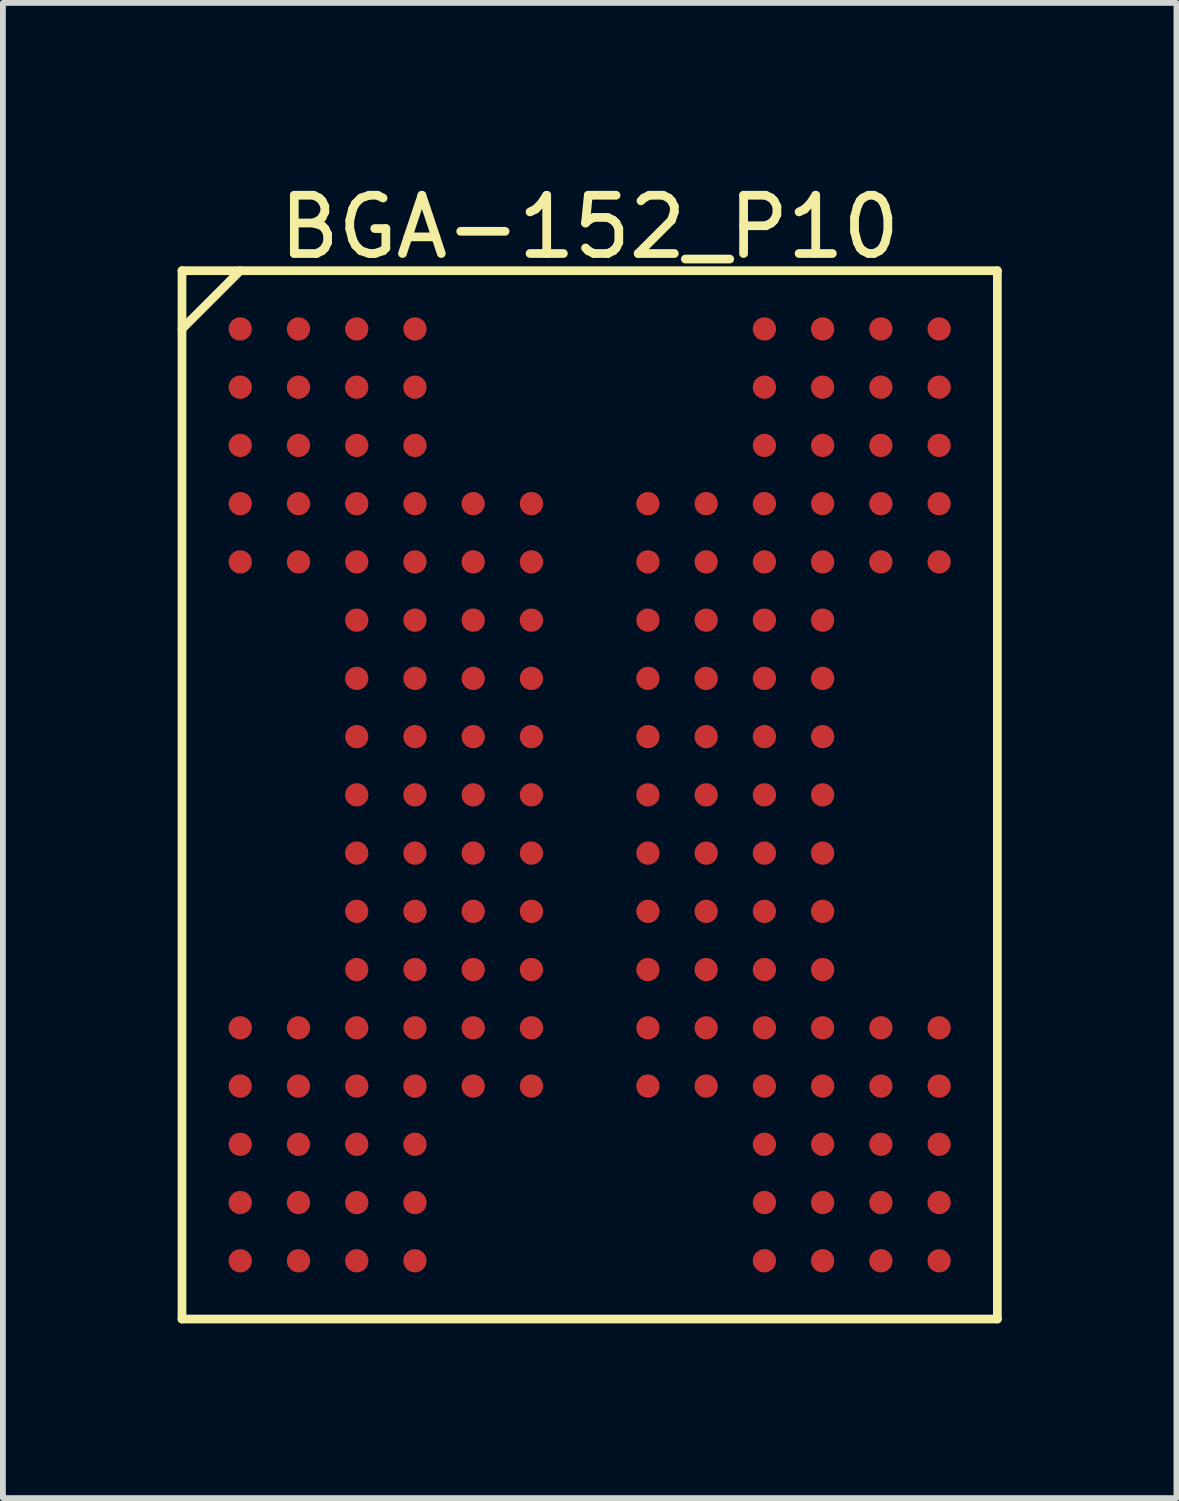
<source format=kicad_pcb>
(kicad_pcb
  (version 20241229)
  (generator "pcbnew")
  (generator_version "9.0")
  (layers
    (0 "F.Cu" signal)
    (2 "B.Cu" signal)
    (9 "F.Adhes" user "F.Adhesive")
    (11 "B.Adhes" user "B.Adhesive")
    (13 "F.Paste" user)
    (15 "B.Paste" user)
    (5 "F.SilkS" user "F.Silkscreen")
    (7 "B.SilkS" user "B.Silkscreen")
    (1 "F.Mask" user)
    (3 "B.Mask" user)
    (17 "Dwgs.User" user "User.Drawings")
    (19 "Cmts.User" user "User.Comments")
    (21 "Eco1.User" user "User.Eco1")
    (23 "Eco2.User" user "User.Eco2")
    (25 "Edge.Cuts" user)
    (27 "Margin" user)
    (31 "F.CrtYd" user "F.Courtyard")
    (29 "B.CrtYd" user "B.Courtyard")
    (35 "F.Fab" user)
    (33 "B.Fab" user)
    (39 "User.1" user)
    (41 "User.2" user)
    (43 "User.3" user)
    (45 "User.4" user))
  (footprint "BGA-152_P10"
    (layer "F.Cu")
    (at 7.075 10.598)
    (property "Reference" "BGA-152_P10" (at 0 -9.75 0) (layer "F.SilkS") (effects (font (size 1 1) (thickness 0.15))))
    (attr smd)
    (fp_line (start -7 -9) (end -7 9) (stroke (width 0.15) (type solid)) (layer "F.SilkS"))
    (fp_line (start -7 9) (end 7 9) (stroke (width 0.15) (type solid)) (layer "F.SilkS"))
    (fp_line (start -6 -9) (end -7 -8) (stroke (width 0.15) (type solid)) (layer "F.SilkS"))
    (fp_line (start 7 -9) (end -7 -9) (stroke (width 0.15) (type solid)) (layer "F.SilkS"))
    (fp_line (start 7 9) (end 7 -9) (stroke (width 0.15) (type solid)) (layer "F.SilkS"))
    (pad "A1" smd circle (at -6 -8) (size 0.4 0.4) (layers "F.Cu" "F.Mask" "F.Paste"))
    (pad "A2" smd circle (at -5 -8) (size 0.4 0.4) (layers "F.Cu" "F.Mask" "F.Paste"))
    (pad "A3" smd circle (at -4 -8) (size 0.4 0.4) (layers "F.Cu" "F.Mask" "F.Paste"))
    (pad "A4" smd circle (at -3 -8) (size 0.4 0.4) (layers "F.Cu" "F.Mask" "F.Paste"))
    (pad "A10" smd circle (at 3 -8) (size 0.4 0.4) (layers "F.Cu" "F.Mask" "F.Paste"))
    (pad "A11" smd circle (at 4 -8) (size 0.4 0.4) (layers "F.Cu" "F.Mask" "F.Paste"))
    (pad "A12" smd circle (at 5 -8) (size 0.4 0.4) (layers "F.Cu" "F.Mask" "F.Paste"))
    (pad "A13" smd circle (at 6 -8) (size 0.4 0.4) (layers "F.Cu" "F.Mask" "F.Paste"))
    (pad "B1" smd circle (at -6 -7) (size 0.4 0.4) (layers "F.Cu" "F.Mask" "F.Paste"))
    (pad "B2" smd circle (at -5 -7) (size 0.4 0.4) (layers "F.Cu" "F.Mask" "F.Paste"))
    (pad "B3" smd circle (at -4 -7) (size 0.4 0.4) (layers "F.Cu" "F.Mask" "F.Paste"))
    (pad "B4" smd circle (at -3 -7) (size 0.4 0.4) (layers "F.Cu" "F.Mask" "F.Paste"))
    (pad "B10" smd circle (at 3 -7) (size 0.4 0.4) (layers "F.Cu" "F.Mask" "F.Paste"))
    (pad "B11" smd circle (at 4 -7) (size 0.4 0.4) (layers "F.Cu" "F.Mask" "F.Paste"))
    (pad "B12" smd circle (at 5 -7) (size 0.4 0.4) (layers "F.Cu" "F.Mask" "F.Paste"))
    (pad "B13" smd circle (at 6 -7) (size 0.4 0.4) (layers "F.Cu" "F.Mask" "F.Paste"))
    (pad "C1" smd circle (at -6 -6) (size 0.4 0.4) (layers "F.Cu" "F.Mask" "F.Paste"))
    (pad "C2" smd circle (at -5 -6) (size 0.4 0.4) (layers "F.Cu" "F.Mask" "F.Paste"))
    (pad "C3" smd circle (at -4 -6) (size 0.4 0.4) (layers "F.Cu" "F.Mask" "F.Paste"))
    (pad "C4" smd circle (at -3 -6) (size 0.4 0.4) (layers "F.Cu" "F.Mask" "F.Paste"))
    (pad "C10" smd circle (at 3 -6) (size 0.4 0.4) (layers "F.Cu" "F.Mask" "F.Paste"))
    (pad "C11" smd circle (at 4 -6) (size 0.4 0.4) (layers "F.Cu" "F.Mask" "F.Paste"))
    (pad "C12" smd circle (at 5 -6) (size 0.4 0.4) (layers "F.Cu" "F.Mask" "F.Paste"))
    (pad "C13" smd circle (at 6 -6) (size 0.4 0.4) (layers "F.Cu" "F.Mask" "F.Paste"))
    (pad "D1" smd circle (at -6 -5) (size 0.4 0.4) (layers "F.Cu" "F.Mask" "F.Paste"))
    (pad "D2" smd circle (at -5 -5) (size 0.4 0.4) (layers "F.Cu" "F.Mask" "F.Paste"))
    (pad "D3" smd circle (at -4 -5) (size 0.4 0.4) (layers "F.Cu" "F.Mask" "F.Paste"))
    (pad "D4" smd circle (at -3 -5) (size 0.4 0.4) (layers "F.Cu" "F.Mask" "F.Paste"))
    (pad "D5" smd circle (at -2 -5) (size 0.4 0.4) (layers "F.Cu" "F.Mask" "F.Paste"))
    (pad "D6" smd circle (at -1 -5) (size 0.4 0.4) (layers "F.Cu" "F.Mask" "F.Paste"))
    (pad "D8" smd circle (at 1 -5) (size 0.4 0.4) (layers "F.Cu" "F.Mask" "F.Paste"))
    (pad "D9" smd circle (at 2 -5) (size 0.4 0.4) (layers "F.Cu" "F.Mask" "F.Paste"))
    (pad "D10" smd circle (at 3 -5) (size 0.4 0.4) (layers "F.Cu" "F.Mask" "F.Paste"))
    (pad "D11" smd circle (at 4 -5) (size 0.4 0.4) (layers "F.Cu" "F.Mask" "F.Paste"))
    (pad "D12" smd circle (at 5 -5) (size 0.4 0.4) (layers "F.Cu" "F.Mask" "F.Paste"))
    (pad "D13" smd circle (at 6 -5) (size 0.4 0.4) (layers "F.Cu" "F.Mask" "F.Paste"))
    (pad "E1" smd circle (at -6 -4) (size 0.4 0.4) (layers "F.Cu" "F.Mask" "F.Paste"))
    (pad "E2" smd circle (at -5 -4) (size 0.4 0.4) (layers "F.Cu" "F.Mask" "F.Paste"))
    (pad "E3" smd circle (at -4 -4) (size 0.4 0.4) (layers "F.Cu" "F.Mask" "F.Paste"))
    (pad "E4" smd circle (at -3 -4) (size 0.4 0.4) (layers "F.Cu" "F.Mask" "F.Paste"))
    (pad "E5" smd circle (at -2 -4) (size 0.4 0.4) (layers "F.Cu" "F.Mask" "F.Paste"))
    (pad "E6" smd circle (at -1 -4) (size 0.4 0.4) (layers "F.Cu" "F.Mask" "F.Paste"))
    (pad "E8" smd circle (at 1 -4) (size 0.4 0.4) (layers "F.Cu" "F.Mask" "F.Paste"))
    (pad "E9" smd circle (at 2 -4) (size 0.4 0.4) (layers "F.Cu" "F.Mask" "F.Paste"))
    (pad "E10" smd circle (at 3 -4) (size 0.4 0.4) (layers "F.Cu" "F.Mask" "F.Paste"))
    (pad "E11" smd circle (at 4 -4) (size 0.4 0.4) (layers "F.Cu" "F.Mask" "F.Paste"))
    (pad "E12" smd circle (at 5 -4) (size 0.4 0.4) (layers "F.Cu" "F.Mask" "F.Paste"))
    (pad "E13" smd circle (at 6 -4) (size 0.4 0.4) (layers "F.Cu" "F.Mask" "F.Paste"))
    (pad "F3" smd circle (at -4 -3) (size 0.4 0.4) (layers "F.Cu" "F.Mask" "F.Paste"))
    (pad "F4" smd circle (at -3 -3) (size 0.4 0.4) (layers "F.Cu" "F.Mask" "F.Paste"))
    (pad "F5" smd circle (at -2 -3) (size 0.4 0.4) (layers "F.Cu" "F.Mask" "F.Paste"))
    (pad "F6" smd circle (at -1 -3) (size 0.4 0.4) (layers "F.Cu" "F.Mask" "F.Paste"))
    (pad "F8" smd circle (at 1 -3) (size 0.4 0.4) (layers "F.Cu" "F.Mask" "F.Paste"))
    (pad "F9" smd circle (at 2 -3) (size 0.4 0.4) (layers "F.Cu" "F.Mask" "F.Paste"))
    (pad "F10" smd circle (at 3 -3) (size 0.4 0.4) (layers "F.Cu" "F.Mask" "F.Paste"))
    (pad "F11" smd circle (at 4 -3) (size 0.4 0.4) (layers "F.Cu" "F.Mask" "F.Paste"))
    (pad "G3" smd circle (at -4 -2) (size 0.4 0.4) (layers "F.Cu" "F.Mask" "F.Paste"))
    (pad "G4" smd circle (at -3 -2) (size 0.4 0.4) (layers "F.Cu" "F.Mask" "F.Paste"))
    (pad "G5" smd circle (at -2 -2) (size 0.4 0.4) (layers "F.Cu" "F.Mask" "F.Paste"))
    (pad "G6" smd circle (at -1 -2) (size 0.4 0.4) (layers "F.Cu" "F.Mask" "F.Paste"))
    (pad "G8" smd circle (at 1 -2) (size 0.4 0.4) (layers "F.Cu" "F.Mask" "F.Paste"))
    (pad "G9" smd circle (at 2 -2) (size 0.4 0.4) (layers "F.Cu" "F.Mask" "F.Paste"))
    (pad "G10" smd circle (at 3 -2) (size 0.4 0.4) (layers "F.Cu" "F.Mask" "F.Paste"))
    (pad "G11" smd circle (at 4 -2) (size 0.4 0.4) (layers "F.Cu" "F.Mask" "F.Paste"))
    (pad "H3" smd circle (at -4 -1) (size 0.4 0.4) (layers "F.Cu" "F.Mask" "F.Paste"))
    (pad "H4" smd circle (at -3 -1) (size 0.4 0.4) (layers "F.Cu" "F.Mask" "F.Paste"))
    (pad "H5" smd circle (at -2 -1) (size 0.4 0.4) (layers "F.Cu" "F.Mask" "F.Paste"))
    (pad "H6" smd circle (at -1 -1) (size 0.4 0.4) (layers "F.Cu" "F.Mask" "F.Paste"))
    (pad "H8" smd circle (at 1 -1) (size 0.4 0.4) (layers "F.Cu" "F.Mask" "F.Paste"))
    (pad "H9" smd circle (at 2 -1) (size 0.4 0.4) (layers "F.Cu" "F.Mask" "F.Paste"))
    (pad "H10" smd circle (at 3 -1) (size 0.4 0.4) (layers "F.Cu" "F.Mask" "F.Paste"))
    (pad "H11" smd circle (at 4 -1) (size 0.4 0.4) (layers "F.Cu" "F.Mask" "F.Paste"))
    (pad "J3" smd circle (at -4 0) (size 0.4 0.4) (layers "F.Cu" "F.Mask" "F.Paste"))
    (pad "J4" smd circle (at -3 0) (size 0.4 0.4) (layers "F.Cu" "F.Mask" "F.Paste"))
    (pad "J5" smd circle (at -2 0) (size 0.4 0.4) (layers "F.Cu" "F.Mask" "F.Paste"))
    (pad "J6" smd circle (at -1 0) (size 0.4 0.4) (layers "F.Cu" "F.Mask" "F.Paste"))
    (pad "J8" smd circle (at 1 0) (size 0.4 0.4) (layers "F.Cu" "F.Mask" "F.Paste"))
    (pad "J9" smd circle (at 2 0) (size 0.4 0.4) (layers "F.Cu" "F.Mask" "F.Paste"))
    (pad "J10" smd circle (at 3 0) (size 0.4 0.4) (layers "F.Cu" "F.Mask" "F.Paste"))
    (pad "J11" smd circle (at 4 0) (size 0.4 0.4) (layers "F.Cu" "F.Mask" "F.Paste"))
    (pad "K3" smd circle (at -4 1) (size 0.4 0.4) (layers "F.Cu" "F.Mask" "F.Paste"))
    (pad "K4" smd circle (at -3 1) (size 0.4 0.4) (layers "F.Cu" "F.Mask" "F.Paste"))
    (pad "K5" smd circle (at -2 1) (size 0.4 0.4) (layers "F.Cu" "F.Mask" "F.Paste"))
    (pad "K6" smd circle (at -1 1) (size 0.4 0.4) (layers "F.Cu" "F.Mask" "F.Paste"))
    (pad "K8" smd circle (at 1 1) (size 0.4 0.4) (layers "F.Cu" "F.Mask" "F.Paste"))
    (pad "K9" smd circle (at 2 1) (size 0.4 0.4) (layers "F.Cu" "F.Mask" "F.Paste"))
    (pad "K10" smd circle (at 3 1) (size 0.4 0.4) (layers "F.Cu" "F.Mask" "F.Paste"))
    (pad "K11" smd circle (at 4 1) (size 0.4 0.4) (layers "F.Cu" "F.Mask" "F.Paste"))
    (pad "L3" smd circle (at -4 2) (size 0.4 0.4) (layers "F.Cu" "F.Mask" "F.Paste"))
    (pad "L4" smd circle (at -3 2) (size 0.4 0.4) (layers "F.Cu" "F.Mask" "F.Paste"))
    (pad "L5" smd circle (at -2 2) (size 0.4 0.4) (layers "F.Cu" "F.Mask" "F.Paste"))
    (pad "L6" smd circle (at -1 2) (size 0.4 0.4) (layers "F.Cu" "F.Mask" "F.Paste"))
    (pad "L8" smd circle (at 1 2) (size 0.4 0.4) (layers "F.Cu" "F.Mask" "F.Paste"))
    (pad "L9" smd circle (at 2 2) (size 0.4 0.4) (layers "F.Cu" "F.Mask" "F.Paste"))
    (pad "L10" smd circle (at 3 2) (size 0.4 0.4) (layers "F.Cu" "F.Mask" "F.Paste"))
    (pad "L11" smd circle (at 4 2) (size 0.4 0.4) (layers "F.Cu" "F.Mask" "F.Paste"))
    (pad "M3" smd circle (at -4 3) (size 0.4 0.4) (layers "F.Cu" "F.Mask" "F.Paste"))
    (pad "M4" smd circle (at -3 3) (size 0.4 0.4) (layers "F.Cu" "F.Mask" "F.Paste"))
    (pad "M5" smd circle (at -2 3) (size 0.4 0.4) (layers "F.Cu" "F.Mask" "F.Paste"))
    (pad "M6" smd circle (at -1 3) (size 0.4 0.4) (layers "F.Cu" "F.Mask" "F.Paste"))
    (pad "M8" smd circle (at 1 3) (size 0.4 0.4) (layers "F.Cu" "F.Mask" "F.Paste"))
    (pad "M9" smd circle (at 2 3) (size 0.4 0.4) (layers "F.Cu" "F.Mask" "F.Paste"))
    (pad "M10" smd circle (at 3 3) (size 0.4 0.4) (layers "F.Cu" "F.Mask" "F.Paste"))
    (pad "M11" smd circle (at 4 3) (size 0.4 0.4) (layers "F.Cu" "F.Mask" "F.Paste"))
    (pad "N1" smd circle (at -6 4) (size 0.4 0.4) (layers "F.Cu" "F.Mask" "F.Paste"))
    (pad "N2" smd circle (at -5 4) (size 0.4 0.4) (layers "F.Cu" "F.Mask" "F.Paste"))
    (pad "N3" smd circle (at -4 4) (size 0.4 0.4) (layers "F.Cu" "F.Mask" "F.Paste"))
    (pad "N4" smd circle (at -3 4) (size 0.4 0.4) (layers "F.Cu" "F.Mask" "F.Paste"))
    (pad "N5" smd circle (at -2 4) (size 0.4 0.4) (layers "F.Cu" "F.Mask" "F.Paste"))
    (pad "N6" smd circle (at -1 4) (size 0.4 0.4) (layers "F.Cu" "F.Mask" "F.Paste"))
    (pad "N8" smd circle (at 1 4) (size 0.4 0.4) (layers "F.Cu" "F.Mask" "F.Paste"))
    (pad "N9" smd circle (at 2 4) (size 0.4 0.4) (layers "F.Cu" "F.Mask" "F.Paste"))
    (pad "N10" smd circle (at 3 4) (size 0.4 0.4) (layers "F.Cu" "F.Mask" "F.Paste"))
    (pad "N11" smd circle (at 4 4) (size 0.4 0.4) (layers "F.Cu" "F.Mask" "F.Paste"))
    (pad "N12" smd circle (at 5 4) (size 0.4 0.4) (layers "F.Cu" "F.Mask" "F.Paste"))
    (pad "N13" smd circle (at 6 4) (size 0.4 0.4) (layers "F.Cu" "F.Mask" "F.Paste"))
    (pad "P1" smd circle (at -6 5) (size 0.4 0.4) (layers "F.Cu" "F.Mask" "F.Paste"))
    (pad "P2" smd circle (at -5 5) (size 0.4 0.4) (layers "F.Cu" "F.Mask" "F.Paste"))
    (pad "P3" smd circle (at -4 5) (size 0.4 0.4) (layers "F.Cu" "F.Mask" "F.Paste"))
    (pad "P4" smd circle (at -3 5) (size 0.4 0.4) (layers "F.Cu" "F.Mask" "F.Paste"))
    (pad "P5" smd circle (at -2 5) (size 0.4 0.4) (layers "F.Cu" "F.Mask" "F.Paste"))
    (pad "P6" smd circle (at -1 5) (size 0.4 0.4) (layers "F.Cu" "F.Mask" "F.Paste"))
    (pad "P8" smd circle (at 1 5) (size 0.4 0.4) (layers "F.Cu" "F.Mask" "F.Paste"))
    (pad "P9" smd circle (at 2 5) (size 0.4 0.4) (layers "F.Cu" "F.Mask" "F.Paste"))
    (pad "P10" smd circle (at 3 5) (size 0.4 0.4) (layers "F.Cu" "F.Mask" "F.Paste"))
    (pad "P11" smd circle (at 4 5) (size 0.4 0.4) (layers "F.Cu" "F.Mask" "F.Paste"))
    (pad "P12" smd circle (at 5 5) (size 0.4 0.4) (layers "F.Cu" "F.Mask" "F.Paste"))
    (pad "P13" smd circle (at 6 5) (size 0.4 0.4) (layers "F.Cu" "F.Mask" "F.Paste"))
    (pad "R1" smd circle (at -6 6) (size 0.4 0.4) (layers "F.Cu" "F.Mask" "F.Paste"))
    (pad "R2" smd circle (at -5 6) (size 0.4 0.4) (layers "F.Cu" "F.Mask" "F.Paste"))
    (pad "R3" smd circle (at -4 6) (size 0.4 0.4) (layers "F.Cu" "F.Mask" "F.Paste"))
    (pad "R4" smd circle (at -3 6) (size 0.4 0.4) (layers "F.Cu" "F.Mask" "F.Paste"))
    (pad "R10" smd circle (at 3 6) (size 0.4 0.4) (layers "F.Cu" "F.Mask" "F.Paste"))
    (pad "R11" smd circle (at 4 6) (size 0.4 0.4) (layers "F.Cu" "F.Mask" "F.Paste"))
    (pad "R12" smd circle (at 5 6) (size 0.4 0.4) (layers "F.Cu" "F.Mask" "F.Paste"))
    (pad "R13" smd circle (at 6 6) (size 0.4 0.4) (layers "F.Cu" "F.Mask" "F.Paste"))
    (pad "T1" smd circle (at -6 7) (size 0.4 0.4) (layers "F.Cu" "F.Mask" "F.Paste"))
    (pad "T2" smd circle (at -5 7) (size 0.4 0.4) (layers "F.Cu" "F.Mask" "F.Paste"))
    (pad "T3" smd circle (at -4 7) (size 0.4 0.4) (layers "F.Cu" "F.Mask" "F.Paste"))
    (pad "T4" smd circle (at -3 7) (size 0.4 0.4) (layers "F.Cu" "F.Mask" "F.Paste"))
    (pad "T10" smd circle (at 3 7) (size 0.4 0.4) (layers "F.Cu" "F.Mask" "F.Paste"))
    (pad "T11" smd circle (at 4 7) (size 0.4 0.4) (layers "F.Cu" "F.Mask" "F.Paste"))
    (pad "T12" smd circle (at 5 7) (size 0.4 0.4) (layers "F.Cu" "F.Mask" "F.Paste"))
    (pad "T13" smd circle (at 6 7) (size 0.4 0.4) (layers "F.Cu" "F.Mask" "F.Paste"))
    (pad "U1" smd circle (at -6 8) (size 0.4 0.4) (layers "F.Cu" "F.Mask" "F.Paste"))
    (pad "U2" smd circle (at -5 8) (size 0.4 0.4) (layers "F.Cu" "F.Mask" "F.Paste"))
    (pad "U3" smd circle (at -4 8) (size 0.4 0.4) (layers "F.Cu" "F.Mask" "F.Paste"))
    (pad "U4" smd circle (at -3 8) (size 0.4 0.4) (layers "F.Cu" "F.Mask" "F.Paste"))
    (pad "U10" smd circle (at 3 8) (size 0.4 0.4) (layers "F.Cu" "F.Mask" "F.Paste"))
    (pad "U11" smd circle (at 4 8) (size 0.4 0.4) (layers "F.Cu" "F.Mask" "F.Paste"))
    (pad "U12" smd circle (at 5 8) (size 0.4 0.4) (layers "F.Cu" "F.Mask" "F.Paste"))
    (pad "U13" smd circle (at 6 8) (size 0.4 0.4) (layers "F.Cu" "F.Mask" "F.Paste")))
  (gr_rect
    (start -3 -3)
    (end 17.15 22.673)
    (stroke (width 0.1) (type default))
    (fill no)
    (layer "Edge.Cuts")))
</source>
